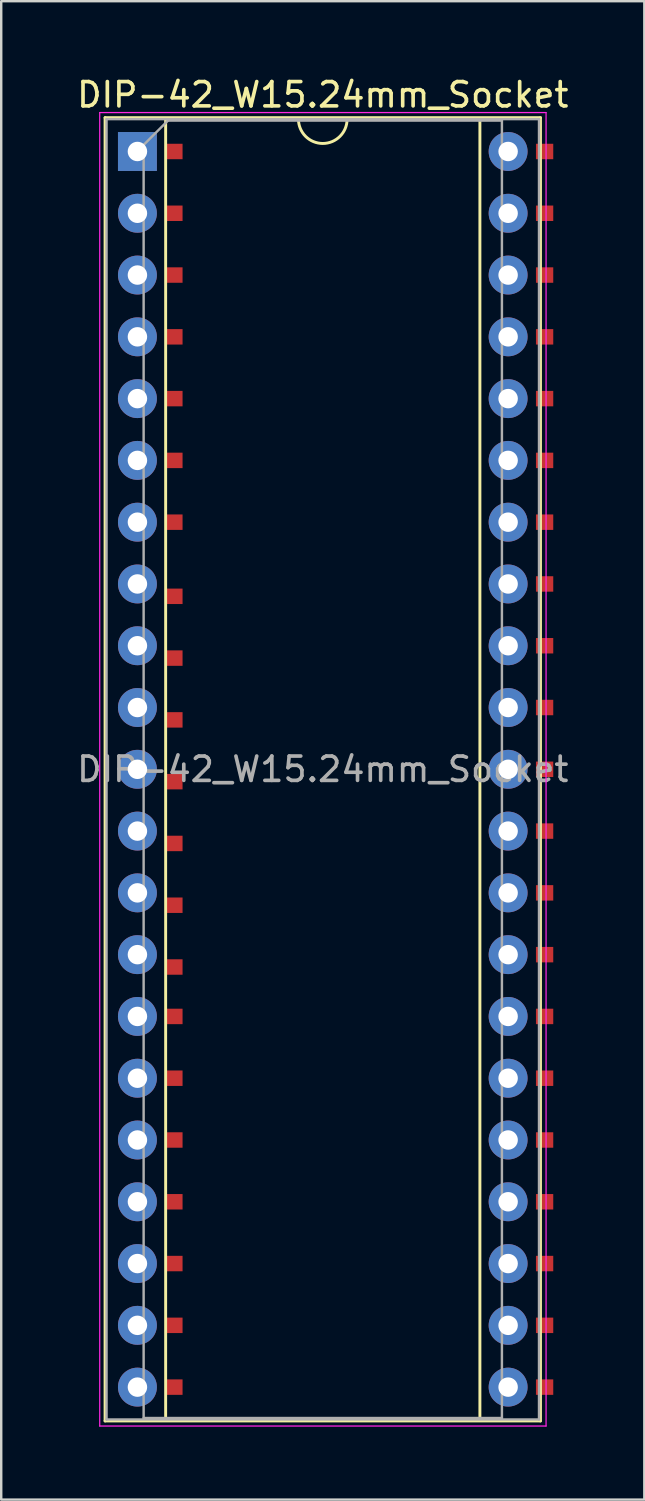
<source format=kicad_pcb>
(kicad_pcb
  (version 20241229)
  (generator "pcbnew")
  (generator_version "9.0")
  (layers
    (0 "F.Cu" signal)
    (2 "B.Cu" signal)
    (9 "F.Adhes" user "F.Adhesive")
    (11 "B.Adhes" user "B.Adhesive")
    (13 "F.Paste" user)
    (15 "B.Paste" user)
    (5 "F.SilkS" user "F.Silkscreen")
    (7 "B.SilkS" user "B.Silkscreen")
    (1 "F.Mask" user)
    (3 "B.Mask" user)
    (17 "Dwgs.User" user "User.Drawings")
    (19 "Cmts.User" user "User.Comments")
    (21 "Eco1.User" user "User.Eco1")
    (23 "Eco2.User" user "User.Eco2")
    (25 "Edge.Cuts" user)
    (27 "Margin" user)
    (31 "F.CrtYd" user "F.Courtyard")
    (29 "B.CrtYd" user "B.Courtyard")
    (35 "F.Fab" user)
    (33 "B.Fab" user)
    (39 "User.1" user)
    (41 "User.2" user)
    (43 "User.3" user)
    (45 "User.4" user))
  (footprint "DIP-42_W15.24mm_Socket"
    (layer "F.Cu")
    (at 2.6 3.178)
    (property "Reference" "DIP-42_W15.24mm_Socket" (at 7.62 -2.33 0) (layer "F.SilkS") (effects (font (size 1 1) (thickness 0.15))))
    (attr through_hole)
    (fp_line (start -1.33 -1.39) (end -1.33 52.19) (stroke (width 0.12) (type solid)) (layer "F.SilkS"))
    (fp_line (start -1.33 52.19) (end 16.57 52.19) (stroke (width 0.12) (type solid)) (layer "F.SilkS"))
    (fp_line (start 1.16 -1.33) (end 1.16 52.13) (stroke (width 0.12) (type solid)) (layer "F.SilkS"))
    (fp_line (start 1.16 52.13) (end 14.08 52.13) (stroke (width 0.12) (type solid)) (layer "F.SilkS"))
    (fp_line (start 6.62 -1.33) (end 1.16 -1.33) (stroke (width 0.12) (type solid)) (layer "F.SilkS"))
    (fp_line (start 14.08 -1.33) (end 8.62 -1.33) (stroke (width 0.12) (type solid)) (layer "F.SilkS"))
    (fp_line (start 14.08 52.13) (end 14.08 -1.33) (stroke (width 0.12) (type solid)) (layer "F.SilkS"))
    (fp_line (start 16.57 -1.39) (end -1.33 -1.39) (stroke (width 0.12) (type solid)) (layer "F.SilkS"))
    (fp_line (start 16.57 52.19) (end 16.57 -1.39) (stroke (width 0.12) (type solid)) (layer "F.SilkS"))
    (fp_arc (start 8.62 -1.33) (mid 7.62 -0.33) (end 6.62 -1.33) (stroke (width 0.12) (type solid)) (layer "F.SilkS"))
    (fp_line (start -1.55 -1.6) (end -1.55 52.4) (stroke (width 0.05) (type solid)) (layer "F.CrtYd"))
    (fp_line (start -1.55 52.4) (end 16.8 52.4) (stroke (width 0.05) (type solid)) (layer "F.CrtYd"))
    (fp_line (start 16.8 -1.6) (end -1.55 -1.6) (stroke (width 0.05) (type solid)) (layer "F.CrtYd"))
    (fp_line (start 16.8 52.4) (end 16.8 -1.6) (stroke (width 0.05) (type solid)) (layer "F.CrtYd"))
    (fp_line (start -1.27 -1.33) (end -1.27 52.13) (stroke (width 0.1) (type solid)) (layer "F.Fab"))
    (fp_line (start -1.27 52.13) (end 16.51 52.13) (stroke (width 0.1) (type solid)) (layer "F.Fab"))
    (fp_line (start 0.255 -0.27) (end 1.255 -1.27) (stroke (width 0.1) (type solid)) (layer "F.Fab"))
    (fp_line (start 0.255 52.07) (end 0.255 -0.27) (stroke (width 0.1) (type solid)) (layer "F.Fab"))
    (fp_line (start 1.255 -1.27) (end 14.985 -1.27) (stroke (width 0.1) (type solid)) (layer "F.Fab"))
    (fp_line (start 14.985 -1.27) (end 14.985 52.07) (stroke (width 0.1) (type solid)) (layer "F.Fab"))
    (fp_line (start 14.985 52.07) (end 0.255 52.07) (stroke (width 0.1) (type solid)) (layer "F.Fab"))
    (fp_line (start 16.51 -1.33) (end -1.27 -1.33) (stroke (width 0.1) (type solid)) (layer "F.Fab"))
    (fp_line (start 16.51 52.13) (end 16.51 -1.33) (stroke (width 0.1) (type solid)) (layer "F.Fab"))
    (fp_text user "${REFERENCE}" (at 7.62 25.4 0) (layer "F.Fab") (effects (font (size 1 1) (thickness 0.15))))
    (pad "1" thru_hole rect (at 0 0) (size 1.6 1.6) (drill 0.8) (layers "*.Cu" "*.Mask"))
    (pad "1" smd rect (at 1.5 0) (size 0.711 0.635) (layers "F.Cu" "F.Mask" "F.Paste"))
    (pad "2" thru_hole oval (at 0 2.54) (size 1.6 1.6) (drill 0.8) (layers "*.Cu" "*.Mask"))
    (pad "2" smd rect (at 1.5 2.54) (size 0.711 0.635) (layers "F.Cu" "F.Mask" "F.Paste"))
    (pad "3" thru_hole oval (at 0 5.08) (size 1.6 1.6) (drill 0.8) (layers "*.Cu" "*.Mask"))
    (pad "3" smd rect (at 1.5 5.08) (size 0.711 0.635) (layers "F.Cu" "F.Mask" "F.Paste"))
    (pad "4" thru_hole oval (at 0 7.62) (size 1.6 1.6) (drill 0.8) (layers "*.Cu" "*.Mask"))
    (pad "4" smd rect (at 1.5 7.62) (size 0.711 0.635) (layers "F.Cu" "F.Mask" "F.Paste"))
    (pad "5" thru_hole oval (at 0 10.16) (size 1.6 1.6) (drill 0.8) (layers "*.Cu" "*.Mask"))
    (pad "5" smd rect (at 1.5 10.16) (size 0.711 0.635) (layers "F.Cu" "F.Mask" "F.Paste"))
    (pad "6" thru_hole oval (at 0 12.7) (size 1.6 1.6) (drill 0.8) (layers "*.Cu" "*.Mask"))
    (pad "6" smd rect (at 1.5 12.7) (size 0.711 0.635) (layers "F.Cu" "F.Mask" "F.Paste"))
    (pad "7" thru_hole oval (at 0 15.24) (size 1.6 1.6) (drill 0.8) (layers "*.Cu" "*.Mask"))
    (pad "7" smd rect (at 1.5 15.24) (size 0.711 0.635) (layers "F.Cu" "F.Mask" "F.Paste"))
    (pad "8" thru_hole oval (at 0 17.78) (size 1.6 1.6) (drill 0.8) (layers "*.Cu" "*.Mask"))
    (pad "8" smd rect (at 1.5 18.288) (size 0.711 0.635) (layers "F.Cu" "F.Mask" "F.Paste"))
    (pad "9" thru_hole oval (at 0 20.32) (size 1.6 1.6) (drill 0.8) (layers "*.Cu" "*.Mask"))
    (pad "9" smd rect (at 1.5 20.828) (size 0.711 0.635) (layers "F.Cu" "F.Mask" "F.Paste"))
    (pad "10" thru_hole oval (at 0 22.86) (size 1.6 1.6) (drill 0.8) (layers "*.Cu" "*.Mask"))
    (pad "10" smd rect (at 1.5 23.368) (size 0.711 0.635) (layers "F.Cu" "F.Mask" "F.Paste"))
    (pad "11" thru_hole oval (at 0 25.4) (size 1.6 1.6) (drill 0.8) (layers "*.Cu" "*.Mask"))
    (pad "11" smd rect (at 1.5 25.908) (size 0.711 0.635) (layers "F.Cu" "F.Mask" "F.Paste"))
    (pad "12" thru_hole oval (at 0 27.94) (size 1.6 1.6) (drill 0.8) (layers "*.Cu" "*.Mask"))
    (pad "12" smd rect (at 1.5 28.448) (size 0.711 0.635) (layers "F.Cu" "F.Mask" "F.Paste"))
    (pad "13" thru_hole oval (at 0 30.48) (size 1.6 1.6) (drill 0.8) (layers "*.Cu" "*.Mask"))
    (pad "13" smd rect (at 1.5 30.988) (size 0.711 0.635) (layers "F.Cu" "F.Mask" "F.Paste"))
    (pad "14" thru_hole oval (at 0 33.02) (size 1.6 1.6) (drill 0.8) (layers "*.Cu" "*.Mask"))
    (pad "14" smd rect (at 1.5 33.528) (size 0.711 0.635) (layers "F.Cu" "F.Mask" "F.Paste"))
    (pad "15" thru_hole oval (at 0 35.56) (size 1.6 1.6) (drill 0.8) (layers "*.Cu" "*.Mask"))
    (pad "15" smd rect (at 1.5 35.56) (size 0.711 0.635) (layers "F.Cu" "F.Mask" "F.Paste"))
    (pad "16" thru_hole oval (at 0 38.1) (size 1.6 1.6) (drill 0.8) (layers "*.Cu" "*.Mask"))
    (pad "16" smd rect (at 1.5 38.1) (size 0.711 0.635) (layers "F.Cu" "F.Mask" "F.Paste"))
    (pad "17" thru_hole oval (at 0 40.64) (size 1.6 1.6) (drill 0.8) (layers "*.Cu" "*.Mask"))
    (pad "17" smd rect (at 1.5 40.64) (size 0.711 0.635) (layers "F.Cu" "F.Mask" "F.Paste"))
    (pad "18" thru_hole oval (at 0 43.18) (size 1.6 1.6) (drill 0.8) (layers "*.Cu" "*.Mask"))
    (pad "18" smd rect (at 1.5 43.18) (size 0.711 0.635) (layers "F.Cu" "F.Mask" "F.Paste"))
    (pad "19" thru_hole oval (at 0 45.72) (size 1.6 1.6) (drill 0.8) (layers "*.Cu" "*.Mask"))
    (pad "19" smd rect (at 1.5 45.72) (size 0.711 0.635) (layers "F.Cu" "F.Mask" "F.Paste"))
    (pad "20" thru_hole oval (at 0 48.26) (size 1.6 1.6) (drill 0.8) (layers "*.Cu" "*.Mask"))
    (pad "20" smd rect (at 1.5 48.26) (size 0.711 0.635) (layers "F.Cu" "F.Mask" "F.Paste"))
    (pad "21" thru_hole oval (at 0 50.8) (size 1.6 1.6) (drill 0.8) (layers "*.Cu" "*.Mask"))
    (pad "21" smd rect (at 1.5 50.8) (size 0.711 0.635) (layers "F.Cu" "F.Mask" "F.Paste"))
    (pad "22" thru_hole oval (at 15.24 50.8) (size 1.6 1.6) (drill 0.8) (layers "*.Cu" "*.Mask"))
    (pad "22" smd rect (at 16.74 50.8) (size 0.711 0.635) (layers "F.Cu" "F.Mask" "F.Paste"))
    (pad "23" thru_hole oval (at 15.24 48.26) (size 1.6 1.6) (drill 0.8) (layers "*.Cu" "*.Mask"))
    (pad "23" smd rect (at 16.74 48.26) (size 0.711 0.635) (layers "F.Cu" "F.Mask" "F.Paste"))
    (pad "24" thru_hole oval (at 15.24 45.72) (size 1.6 1.6) (drill 0.8) (layers "*.Cu" "*.Mask"))
    (pad "24" smd rect (at 16.74 45.72) (size 0.711 0.635) (layers "F.Cu" "F.Mask" "F.Paste"))
    (pad "25" thru_hole oval (at 15.24 43.18) (size 1.6 1.6) (drill 0.8) (layers "*.Cu" "*.Mask"))
    (pad "25" smd rect (at 16.74 43.18) (size 0.711 0.635) (layers "F.Cu" "F.Mask" "F.Paste"))
    (pad "26" thru_hole oval (at 15.24 40.64) (size 1.6 1.6) (drill 0.8) (layers "*.Cu" "*.Mask"))
    (pad "26" smd rect (at 16.74 40.64) (size 0.711 0.635) (layers "F.Cu" "F.Mask" "F.Paste"))
    (pad "27" thru_hole oval (at 15.24 38.1) (size 1.6 1.6) (drill 0.8) (layers "*.Cu" "*.Mask"))
    (pad "27" smd rect (at 16.74 38.1) (size 0.711 0.635) (layers "F.Cu" "F.Mask" "F.Paste"))
    (pad "28" thru_hole oval (at 15.24 35.56) (size 1.6 1.6) (drill 0.8) (layers "*.Cu" "*.Mask"))
    (pad "28" smd rect (at 16.74 35.56) (size 0.711 0.635) (layers "F.Cu" "F.Mask" "F.Paste"))
    (pad "29" thru_hole oval (at 15.24 33.02) (size 1.6 1.6) (drill 0.8) (layers "*.Cu" "*.Mask"))
    (pad "29" smd rect (at 16.74 33.02) (size 0.711 0.635) (layers "F.Cu" "F.Mask" "F.Paste"))
    (pad "30" thru_hole oval (at 15.24 30.48) (size 1.6 1.6) (drill 0.8) (layers "*.Cu" "*.Mask"))
    (pad "30" smd rect (at 16.74 30.48) (size 0.711 0.635) (layers "F.Cu" "F.Mask" "F.Paste"))
    (pad "31" thru_hole oval (at 15.24 27.94) (size 1.6 1.6) (drill 0.8) (layers "*.Cu" "*.Mask"))
    (pad "31" smd rect (at 16.74 27.94) (size 0.711 0.635) (layers "F.Cu" "F.Mask" "F.Paste"))
    (pad "32" thru_hole oval (at 15.24 25.4) (size 1.6 1.6) (drill 0.8) (layers "*.Cu" "*.Mask"))
    (pad "32" smd rect (at 16.74 25.4) (size 0.711 0.635) (layers "F.Cu" "F.Mask" "F.Paste"))
    (pad "33" thru_hole oval (at 15.24 22.86) (size 1.6 1.6) (drill 0.8) (layers "*.Cu" "*.Mask"))
    (pad "33" smd rect (at 16.74 22.86) (size 0.711 0.635) (layers "F.Cu" "F.Mask" "F.Paste"))
    (pad "34" thru_hole oval (at 15.24 20.32) (size 1.6 1.6) (drill 0.8) (layers "*.Cu" "*.Mask"))
    (pad "34" smd rect (at 16.74 20.32) (size 0.711 0.635) (layers "F.Cu" "F.Mask" "F.Paste"))
    (pad "35" thru_hole oval (at 15.24 17.78) (size 1.6 1.6) (drill 0.8) (layers "*.Cu" "*.Mask"))
    (pad "35" smd rect (at 16.74 17.78) (size 0.711 0.635) (layers "F.Cu" "F.Mask" "F.Paste"))
    (pad "36" thru_hole oval (at 15.24 15.24) (size 1.6 1.6) (drill 0.8) (layers "*.Cu" "*.Mask"))
    (pad "36" smd rect (at 16.74 15.24) (size 0.711 0.635) (layers "F.Cu" "F.Mask" "F.Paste"))
    (pad "37" thru_hole oval (at 15.24 12.7) (size 1.6 1.6) (drill 0.8) (layers "*.Cu" "*.Mask"))
    (pad "37" smd rect (at 16.74 12.7) (size 0.711 0.635) (layers "F.Cu" "F.Mask" "F.Paste"))
    (pad "38" thru_hole oval (at 15.24 10.16) (size 1.6 1.6) (drill 0.8) (layers "*.Cu" "*.Mask"))
    (pad "38" smd rect (at 16.74 10.16) (size 0.711 0.635) (layers "F.Cu" "F.Mask" "F.Paste"))
    (pad "39" thru_hole oval (at 15.24 7.62) (size 1.6 1.6) (drill 0.8) (layers "*.Cu" "*.Mask"))
    (pad "39" smd rect (at 16.74 7.62) (size 0.711 0.635) (layers "F.Cu" "F.Mask" "F.Paste"))
    (pad "40" thru_hole oval (at 15.24 5.08) (size 1.6 1.6) (drill 0.8) (layers "*.Cu" "*.Mask"))
    (pad "40" smd rect (at 16.74 5.08) (size 0.711 0.635) (layers "F.Cu" "F.Mask" "F.Paste"))
    (pad "41" thru_hole oval (at 15.24 2.54) (size 1.6 1.6) (drill 0.8) (layers "*.Cu" "*.Mask"))
    (pad "41" smd rect (at 16.74 2.54) (size 0.711 0.635) (layers "F.Cu" "F.Mask" "F.Paste"))
    (pad "42" thru_hole oval (at 15.24 0) (size 1.6 1.6) (drill 0.8) (layers "*.Cu" "*.Mask"))
    (pad "42" smd rect (at 16.74 0) (size 0.711 0.635) (layers "F.Cu" "F.Mask" "F.Paste")))
  (gr_rect
    (start -3 -3)
    (end 23.44 58.603)
    (stroke (width 0.1) (type default))
    (fill no)
    (layer "Edge.Cuts")))
</source>
